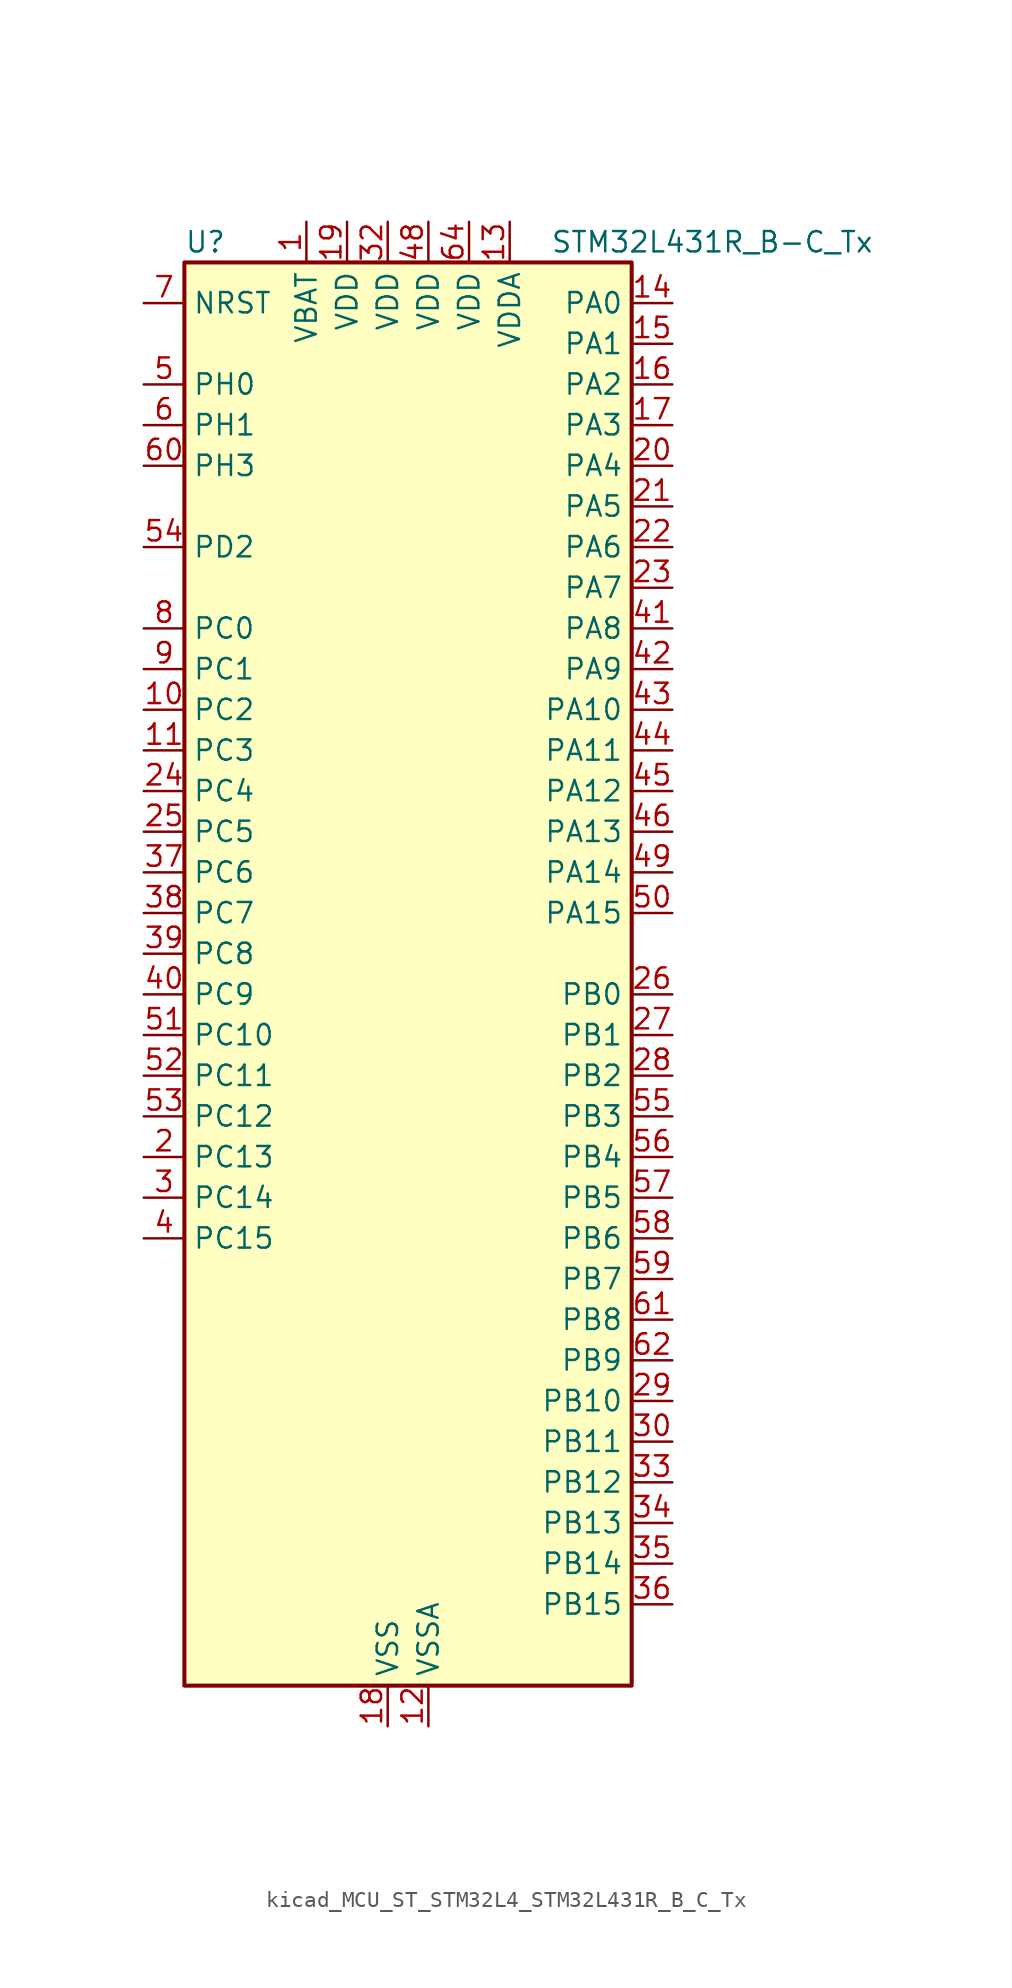
<source format=kicad_sym>
(kicad_symbol_lib
  (version 20220914)
  (generator kicad_symbol_editor)
  (symbol "kicad_MCU_ST_STM32L4_STM32L431R_B_C_Tx"
    (property "Reference" "U"
      (at -12.7 46.99 0)
      (effects (font (size 1.27 1.27)) (justify left)))
    (property "Value" "STM32L431R_B-C_Tx"
      (at 10.16 46.99 0)
      (effects (font (size 1.27 1.27)) (justify left)))
    (property "ki_locked" ""
      (at 0 0 0)
      (effects (font (size 1.27 1.27))))
    (symbol "kicad_MCU_ST_STM32L4_STM32L431R_B_C_Tx_0_1"
      (rectangle (start -12.7 -43.18) (end 15.24 45.72) (stroke (width 0.254) (type default)) (fill (type background))))
    (symbol "kicad_MCU_ST_STM32L4_STM32L431R_B_C_Tx_1_1"
      (pin power_in line (at -5.08 48.26 270) (length 2.54) (name "VBAT" (effects (font (size 1.27 1.27)))) (number "1" (effects (font (size 1.27 1.27)))))
      (pin bidirectional line (at -15.24 17.78 0) (length 2.54) (name "PC2" (effects (font (size 1.27 1.27)))) (number "10" (effects (font (size 1.27 1.27)))) (alternate "ADC1_IN3" bidirectional line) (alternate "LPTIM1_IN2" bidirectional line) (alternate "SPI2_MISO" bidirectional line))
      (pin bidirectional line (at -15.24 15.24 0) (length 2.54) (name "PC3" (effects (font (size 1.27 1.27)))) (number "11" (effects (font (size 1.27 1.27)))) (alternate "ADC1_IN4" bidirectional line) (alternate "LPTIM1_ETR" bidirectional line) (alternate "LPTIM2_ETR" bidirectional line) (alternate "SAI1_SD_A" bidirectional line) (alternate "SPI2_MOSI" bidirectional line))
      (pin power_in line (at 2.54 -45.72 90) (length 2.54) (name "VSSA" (effects (font (size 1.27 1.27)))) (number "12" (effects (font (size 1.27 1.27)))))
      (pin power_in line (at 7.62 48.26 270) (length 2.54) (name "VDDA" (effects (font (size 1.27 1.27)))) (number "13" (effects (font (size 1.27 1.27)))))
      (pin bidirectional line (at 17.78 43.18 180) (length 2.54) (name "PA0" (effects (font (size 1.27 1.27)))) (number "14" (effects (font (size 1.27 1.27)))) (alternate "ADC1_IN5" bidirectional line) (alternate "COMP1_INM" bidirectional line) (alternate "COMP1_OUT" bidirectional line) (alternate "OPAMP1_VINP" bidirectional line) (alternate "RTC_TAMP2" bidirectional line) (alternate "SAI1_EXTCLK" bidirectional line) (alternate "SYS_WKUP1" bidirectional line) (alternate "TIM2_CH1" bidirectional line) (alternate "TIM2_ETR" bidirectional line) (alternate "USART2_CTS" bidirectional line))
      (pin bidirectional line (at 17.78 40.64 180) (length 2.54) (name "PA1" (effects (font (size 1.27 1.27)))) (number "15" (effects (font (size 1.27 1.27)))) (alternate "ADC1_IN6" bidirectional line) (alternate "COMP1_INP" bidirectional line) (alternate "I2C1_SMBA" bidirectional line) (alternate "OPAMP1_VINM" bidirectional line) (alternate "SPI1_SCK" bidirectional line) (alternate "TIM15_CH1N" bidirectional line) (alternate "TIM2_CH2" bidirectional line) (alternate "USART2_DE" bidirectional line) (alternate "USART2_RTS" bidirectional line))
      (pin bidirectional line (at 17.78 38.1 180) (length 2.54) (name "PA2" (effects (font (size 1.27 1.27)))) (number "16" (effects (font (size 1.27 1.27)))) (alternate "ADC1_IN7" bidirectional line) (alternate "COMP2_INM" bidirectional line) (alternate "COMP2_OUT" bidirectional line) (alternate "LPUART1_TX" bidirectional line) (alternate "QUADSPI_BK1_NCS" bidirectional line) (alternate "RCC_LSCO" bidirectional line) (alternate "SYS_WKUP4" bidirectional line) (alternate "TIM15_CH1" bidirectional line) (alternate "TIM2_CH3" bidirectional line) (alternate "USART2_TX" bidirectional line))
      (pin bidirectional line (at 17.78 35.56 180) (length 2.54) (name "PA3" (effects (font (size 1.27 1.27)))) (number "17" (effects (font (size 1.27 1.27)))) (alternate "ADC1_IN8" bidirectional line) (alternate "COMP2_INP" bidirectional line) (alternate "LPUART1_RX" bidirectional line) (alternate "OPAMP1_VOUT" bidirectional line) (alternate "QUADSPI_CLK" bidirectional line) (alternate "SAI1_MCLK_A" bidirectional line) (alternate "TIM15_CH2" bidirectional line) (alternate "TIM2_CH4" bidirectional line) (alternate "USART2_RX" bidirectional line))
      (pin power_in line (at 0 -45.72 90) (length 2.54) (name "VSS" (effects (font (size 1.27 1.27)))) (number "18" (effects (font (size 1.27 1.27)))))
      (pin power_in line (at -2.54 48.26 270) (length 2.54) (name "VDD" (effects (font (size 1.27 1.27)))) (number "19" (effects (font (size 1.27 1.27)))))
      (pin bidirectional line (at -15.24 -10.16 0) (length 2.54) (name "PC13" (effects (font (size 1.27 1.27)))) (number "2" (effects (font (size 1.27 1.27)))) (alternate "RTC_OUT_ALARM" bidirectional line) (alternate "RTC_OUT_CALIB" bidirectional line) (alternate "RTC_TAMP1" bidirectional line) (alternate "RTC_TS" bidirectional line) (alternate "SYS_WKUP2" bidirectional line))
      (pin bidirectional line (at 17.78 33.02 180) (length 2.54) (name "PA4" (effects (font (size 1.27 1.27)))) (number "20" (effects (font (size 1.27 1.27)))) (alternate "ADC1_IN9" bidirectional line) (alternate "COMP1_INM" bidirectional line) (alternate "COMP2_INM" bidirectional line) (alternate "DAC1_OUT1" bidirectional line) (alternate "LPTIM2_OUT" bidirectional line) (alternate "SAI1_FS_B" bidirectional line) (alternate "SPI1_NSS" bidirectional line) (alternate "SPI3_NSS" bidirectional line) (alternate "USART2_CK" bidirectional line))
      (pin bidirectional line (at 17.78 30.48 180) (length 2.54) (name "PA5" (effects (font (size 1.27 1.27)))) (number "21" (effects (font (size 1.27 1.27)))) (alternate "ADC1_IN10" bidirectional line) (alternate "COMP1_INM" bidirectional line) (alternate "COMP2_INM" bidirectional line) (alternate "DAC1_OUT2" bidirectional line) (alternate "LPTIM2_ETR" bidirectional line) (alternate "SPI1_SCK" bidirectional line) (alternate "TIM2_CH1" bidirectional line) (alternate "TIM2_ETR" bidirectional line))
      (pin bidirectional line (at 17.78 27.94 180) (length 2.54) (name "PA6" (effects (font (size 1.27 1.27)))) (number "22" (effects (font (size 1.27 1.27)))) (alternate "ADC1_IN11" bidirectional line) (alternate "COMP1_OUT" bidirectional line) (alternate "LPUART1_CTS" bidirectional line) (alternate "QUADSPI_BK1_IO3" bidirectional line) (alternate "SPI1_MISO" bidirectional line) (alternate "TIM16_CH1" bidirectional line) (alternate "TIM1_BKIN" bidirectional line) (alternate "TIM1_BKIN_COMP2" bidirectional line) (alternate "USART3_CTS" bidirectional line))
      (pin bidirectional line (at 17.78 25.4 180) (length 2.54) (name "PA7" (effects (font (size 1.27 1.27)))) (number "23" (effects (font (size 1.27 1.27)))) (alternate "ADC1_IN12" bidirectional line) (alternate "COMP2_OUT" bidirectional line) (alternate "I2C3_SCL" bidirectional line) (alternate "QUADSPI_BK1_IO2" bidirectional line) (alternate "SPI1_MOSI" bidirectional line) (alternate "TIM1_CH1N" bidirectional line))
      (pin bidirectional line (at -15.24 12.7 0) (length 2.54) (name "PC4" (effects (font (size 1.27 1.27)))) (number "24" (effects (font (size 1.27 1.27)))) (alternate "ADC1_IN13" bidirectional line) (alternate "COMP1_INM" bidirectional line) (alternate "USART3_TX" bidirectional line))
      (pin bidirectional line (at -15.24 10.16 0) (length 2.54) (name "PC5" (effects (font (size 1.27 1.27)))) (number "25" (effects (font (size 1.27 1.27)))) (alternate "ADC1_IN14" bidirectional line) (alternate "COMP1_INP" bidirectional line) (alternate "SYS_WKUP5" bidirectional line) (alternate "USART3_RX" bidirectional line))
      (pin bidirectional line (at 17.78 0 180) (length 2.54) (name "PB0" (effects (font (size 1.27 1.27)))) (number "26" (effects (font (size 1.27 1.27)))) (alternate "ADC1_IN15" bidirectional line) (alternate "COMP1_OUT" bidirectional line) (alternate "QUADSPI_BK1_IO1" bidirectional line) (alternate "SAI1_EXTCLK" bidirectional line) (alternate "SPI1_NSS" bidirectional line) (alternate "TIM1_CH2N" bidirectional line) (alternate "USART3_CK" bidirectional line))
      (pin bidirectional line (at 17.78 -2.54 180) (length 2.54) (name "PB1" (effects (font (size 1.27 1.27)))) (number "27" (effects (font (size 1.27 1.27)))) (alternate "ADC1_IN16" bidirectional line) (alternate "COMP1_INM" bidirectional line) (alternate "LPTIM2_IN1" bidirectional line) (alternate "LPUART1_DE" bidirectional line) (alternate "LPUART1_RTS" bidirectional line) (alternate "QUADSPI_BK1_IO0" bidirectional line) (alternate "TIM1_CH3N" bidirectional line) (alternate "USART3_DE" bidirectional line) (alternate "USART3_RTS" bidirectional line))
      (pin bidirectional line (at 17.78 -5.08 180) (length 2.54) (name "PB2" (effects (font (size 1.27 1.27)))) (number "28" (effects (font (size 1.27 1.27)))) (alternate "COMP1_INP" bidirectional line) (alternate "I2C3_SMBA" bidirectional line) (alternate "LPTIM1_OUT" bidirectional line) (alternate "RTC_OUT_ALARM" bidirectional line) (alternate "RTC_OUT_CALIB" bidirectional line))
      (pin bidirectional line (at 17.78 -25.4 180) (length 2.54) (name "PB10" (effects (font (size 1.27 1.27)))) (number "29" (effects (font (size 1.27 1.27)))) (alternate "COMP1_OUT" bidirectional line) (alternate "I2C2_SCL" bidirectional line) (alternate "LPUART1_RX" bidirectional line) (alternate "QUADSPI_CLK" bidirectional line) (alternate "SAI1_SCK_A" bidirectional line) (alternate "SPI2_SCK" bidirectional line) (alternate "TIM2_CH3" bidirectional line) (alternate "TSC_SYNC" bidirectional line) (alternate "USART3_TX" bidirectional line))
      (pin bidirectional line (at -15.24 -12.7 0) (length 2.54) (name "PC14" (effects (font (size 1.27 1.27)))) (number "3" (effects (font (size 1.27 1.27)))) (alternate "RCC_OSC32_IN" bidirectional line))
      (pin bidirectional line (at 17.78 -27.94 180) (length 2.54) (name "PB11" (effects (font (size 1.27 1.27)))) (number "30" (effects (font (size 1.27 1.27)))) (alternate "ADC1_EXTI11" bidirectional line) (alternate "COMP2_OUT" bidirectional line) (alternate "I2C2_SDA" bidirectional line) (alternate "LPUART1_TX" bidirectional line) (alternate "QUADSPI_BK1_NCS" bidirectional line) (alternate "TIM2_CH4" bidirectional line) (alternate "USART3_RX" bidirectional line))
      (pin passive line (at 0 -45.72 90) (length 2.54) hide (name "VSS" (effects (font (size 1.27 1.27)))) (number "31" (effects (font (size 1.27 1.27)))))
      (pin power_in line (at 0 48.26 270) (length 2.54) (name "VDD" (effects (font (size 1.27 1.27)))) (number "32" (effects (font (size 1.27 1.27)))))
      (pin bidirectional line (at 17.78 -30.48 180) (length 2.54) (name "PB12" (effects (font (size 1.27 1.27)))) (number "33" (effects (font (size 1.27 1.27)))) (alternate "I2C2_SMBA" bidirectional line) (alternate "LPUART1_DE" bidirectional line) (alternate "LPUART1_RTS" bidirectional line) (alternate "SAI1_FS_A" bidirectional line) (alternate "SPI2_NSS" bidirectional line) (alternate "SWPMI1_IO" bidirectional line) (alternate "TIM15_BKIN" bidirectional line) (alternate "TIM1_BKIN" bidirectional line) (alternate "TIM1_BKIN_COMP2" bidirectional line) (alternate "TSC_G1_IO1" bidirectional line) (alternate "USART3_CK" bidirectional line))
      (pin bidirectional line (at 17.78 -33.02 180) (length 2.54) (name "PB13" (effects (font (size 1.27 1.27)))) (number "34" (effects (font (size 1.27 1.27)))) (alternate "I2C2_SCL" bidirectional line) (alternate "LPUART1_CTS" bidirectional line) (alternate "SAI1_SCK_A" bidirectional line) (alternate "SPI2_SCK" bidirectional line) (alternate "SWPMI1_TX" bidirectional line) (alternate "TIM15_CH1N" bidirectional line) (alternate "TIM1_CH1N" bidirectional line) (alternate "TSC_G1_IO2" bidirectional line) (alternate "USART3_CTS" bidirectional line))
      (pin bidirectional line (at 17.78 -35.56 180) (length 2.54) (name "PB14" (effects (font (size 1.27 1.27)))) (number "35" (effects (font (size 1.27 1.27)))) (alternate "I2C2_SDA" bidirectional line) (alternate "SAI1_MCLK_A" bidirectional line) (alternate "SPI2_MISO" bidirectional line) (alternate "SWPMI1_RX" bidirectional line) (alternate "TIM15_CH1" bidirectional line) (alternate "TIM1_CH2N" bidirectional line) (alternate "TSC_G1_IO3" bidirectional line) (alternate "USART3_DE" bidirectional line) (alternate "USART3_RTS" bidirectional line))
      (pin bidirectional line (at 17.78 -38.1 180) (length 2.54) (name "PB15" (effects (font (size 1.27 1.27)))) (number "36" (effects (font (size 1.27 1.27)))) (alternate "ADC1_EXTI15" bidirectional line) (alternate "RTC_REFIN" bidirectional line) (alternate "SAI1_SD_A" bidirectional line) (alternate "SPI2_MOSI" bidirectional line) (alternate "SWPMI1_SUSPEND" bidirectional line) (alternate "TIM15_CH2" bidirectional line) (alternate "TIM1_CH3N" bidirectional line) (alternate "TSC_G1_IO4" bidirectional line))
      (pin bidirectional line (at -15.24 7.62 0) (length 2.54) (name "PC6" (effects (font (size 1.27 1.27)))) (number "37" (effects (font (size 1.27 1.27)))) (alternate "SDMMC1_D6" bidirectional line) (alternate "TSC_G4_IO1" bidirectional line))
      (pin bidirectional line (at -15.24 5.08 0) (length 2.54) (name "PC7" (effects (font (size 1.27 1.27)))) (number "38" (effects (font (size 1.27 1.27)))) (alternate "SDMMC1_D7" bidirectional line) (alternate "TSC_G4_IO2" bidirectional line))
      (pin bidirectional line (at -15.24 2.54 0) (length 2.54) (name "PC8" (effects (font (size 1.27 1.27)))) (number "39" (effects (font (size 1.27 1.27)))) (alternate "SDMMC1_D0" bidirectional line) (alternate "TSC_G4_IO3" bidirectional line))
      (pin bidirectional line (at -15.24 -15.24 0) (length 2.54) (name "PC15" (effects (font (size 1.27 1.27)))) (number "4" (effects (font (size 1.27 1.27)))) (alternate "ADC1_EXTI15" bidirectional line) (alternate "RCC_OSC32_OUT" bidirectional line))
      (pin bidirectional line (at -15.24 0 0) (length 2.54) (name "PC9" (effects (font (size 1.27 1.27)))) (number "40" (effects (font (size 1.27 1.27)))) (alternate "DAC1_EXTI9" bidirectional line) (alternate "SDMMC1_D1" bidirectional line) (alternate "TSC_G4_IO4" bidirectional line))
      (pin bidirectional line (at 17.78 22.86 180) (length 2.54) (name "PA8" (effects (font (size 1.27 1.27)))) (number "41" (effects (font (size 1.27 1.27)))) (alternate "LPTIM2_OUT" bidirectional line) (alternate "RCC_MCO" bidirectional line) (alternate "SAI1_SCK_A" bidirectional line) (alternate "SWPMI1_IO" bidirectional line) (alternate "TIM1_CH1" bidirectional line) (alternate "USART1_CK" bidirectional line))
      (pin bidirectional line (at 17.78 20.32 180) (length 2.54) (name "PA9" (effects (font (size 1.27 1.27)))) (number "42" (effects (font (size 1.27 1.27)))) (alternate "DAC1_EXTI9" bidirectional line) (alternate "I2C1_SCL" bidirectional line) (alternate "SAI1_FS_A" bidirectional line) (alternate "TIM15_BKIN" bidirectional line) (alternate "TIM1_CH2" bidirectional line) (alternate "USART1_TX" bidirectional line))
      (pin bidirectional line (at 17.78 17.78 180) (length 2.54) (name "PA10" (effects (font (size 1.27 1.27)))) (number "43" (effects (font (size 1.27 1.27)))) (alternate "I2C1_SDA" bidirectional line) (alternate "SAI1_SD_A" bidirectional line) (alternate "TIM1_CH3" bidirectional line) (alternate "USART1_RX" bidirectional line))
      (pin bidirectional line (at 17.78 15.24 180) (length 2.54) (name "PA11" (effects (font (size 1.27 1.27)))) (number "44" (effects (font (size 1.27 1.27)))) (alternate "ADC1_EXTI11" bidirectional line) (alternate "CAN1_RX" bidirectional line) (alternate "COMP1_OUT" bidirectional line) (alternate "SPI1_MISO" bidirectional line) (alternate "TIM1_BKIN2" bidirectional line) (alternate "TIM1_BKIN2_COMP1" bidirectional line) (alternate "TIM1_CH4" bidirectional line) (alternate "USART1_CTS" bidirectional line))
      (pin bidirectional line (at 17.78 12.7 180) (length 2.54) (name "PA12" (effects (font (size 1.27 1.27)))) (number "45" (effects (font (size 1.27 1.27)))) (alternate "CAN1_TX" bidirectional line) (alternate "SPI1_MOSI" bidirectional line) (alternate "TIM1_ETR" bidirectional line) (alternate "USART1_DE" bidirectional line) (alternate "USART1_RTS" bidirectional line))
      (pin bidirectional line (at 17.78 10.16 180) (length 2.54) (name "PA13" (effects (font (size 1.27 1.27)))) (number "46" (effects (font (size 1.27 1.27)))) (alternate "IR_OUT" bidirectional line) (alternate "SAI1_SD_B" bidirectional line) (alternate "SWPMI1_TX" bidirectional line) (alternate "SYS_JTMS-SWDIO" bidirectional line))
      (pin passive line (at 0 -45.72 90) (length 2.54) hide (name "VSS" (effects (font (size 1.27 1.27)))) (number "47" (effects (font (size 1.27 1.27)))))
      (pin power_in line (at 2.54 48.26 270) (length 2.54) (name "VDD" (effects (font (size 1.27 1.27)))) (number "48" (effects (font (size 1.27 1.27)))))
      (pin bidirectional line (at 17.78 7.62 180) (length 2.54) (name "PA14" (effects (font (size 1.27 1.27)))) (number "49" (effects (font (size 1.27 1.27)))) (alternate "I2C1_SMBA" bidirectional line) (alternate "LPTIM1_OUT" bidirectional line) (alternate "SAI1_FS_B" bidirectional line) (alternate "SWPMI1_RX" bidirectional line) (alternate "SYS_JTCK-SWCLK" bidirectional line))
      (pin bidirectional line (at -15.24 38.1 0) (length 2.54) (name "PH0" (effects (font (size 1.27 1.27)))) (number "5" (effects (font (size 1.27 1.27)))) (alternate "RCC_OSC_IN" bidirectional line))
      (pin bidirectional line (at 17.78 5.08 180) (length 2.54) (name "PA15" (effects (font (size 1.27 1.27)))) (number "50" (effects (font (size 1.27 1.27)))) (alternate "ADC1_EXTI15" bidirectional line) (alternate "SPI1_NSS" bidirectional line) (alternate "SPI3_NSS" bidirectional line) (alternate "SWPMI1_SUSPEND" bidirectional line) (alternate "SYS_JTDI" bidirectional line) (alternate "TIM2_CH1" bidirectional line) (alternate "TIM2_ETR" bidirectional line) (alternate "TSC_G3_IO1" bidirectional line) (alternate "USART2_RX" bidirectional line) (alternate "USART3_DE" bidirectional line) (alternate "USART3_RTS" bidirectional line))
      (pin bidirectional line (at -15.24 -2.54 0) (length 2.54) (name "PC10" (effects (font (size 1.27 1.27)))) (number "51" (effects (font (size 1.27 1.27)))) (alternate "SDMMC1_D2" bidirectional line) (alternate "SPI3_SCK" bidirectional line) (alternate "TSC_G3_IO2" bidirectional line) (alternate "USART3_TX" bidirectional line))
      (pin bidirectional line (at -15.24 -5.08 0) (length 2.54) (name "PC11" (effects (font (size 1.27 1.27)))) (number "52" (effects (font (size 1.27 1.27)))) (alternate "ADC1_EXTI11" bidirectional line) (alternate "SDMMC1_D3" bidirectional line) (alternate "SPI3_MISO" bidirectional line) (alternate "TSC_G3_IO3" bidirectional line) (alternate "USART3_RX" bidirectional line))
      (pin bidirectional line (at -15.24 -7.62 0) (length 2.54) (name "PC12" (effects (font (size 1.27 1.27)))) (number "53" (effects (font (size 1.27 1.27)))) (alternate "SDMMC1_CK" bidirectional line) (alternate "SPI3_MOSI" bidirectional line) (alternate "TSC_G3_IO4" bidirectional line) (alternate "USART3_CK" bidirectional line))
      (pin bidirectional line (at -15.24 27.94 0) (length 2.54) (name "PD2" (effects (font (size 1.27 1.27)))) (number "54" (effects (font (size 1.27 1.27)))) (alternate "SDMMC1_CMD" bidirectional line) (alternate "TSC_SYNC" bidirectional line) (alternate "USART3_DE" bidirectional line) (alternate "USART3_RTS" bidirectional line))
      (pin bidirectional line (at 17.78 -7.62 180) (length 2.54) (name "PB3" (effects (font (size 1.27 1.27)))) (number "55" (effects (font (size 1.27 1.27)))) (alternate "COMP2_INM" bidirectional line) (alternate "SAI1_SCK_B" bidirectional line) (alternate "SPI1_SCK" bidirectional line) (alternate "SPI3_SCK" bidirectional line) (alternate "SYS_JTDO-SWO" bidirectional line) (alternate "TIM2_CH2" bidirectional line) (alternate "USART1_DE" bidirectional line) (alternate "USART1_RTS" bidirectional line))
      (pin bidirectional line (at 17.78 -10.16 180) (length 2.54) (name "PB4" (effects (font (size 1.27 1.27)))) (number "56" (effects (font (size 1.27 1.27)))) (alternate "COMP2_INP" bidirectional line) (alternate "I2C3_SDA" bidirectional line) (alternate "SAI1_MCLK_B" bidirectional line) (alternate "SPI1_MISO" bidirectional line) (alternate "SPI3_MISO" bidirectional line) (alternate "SYS_JTRST" bidirectional line) (alternate "TSC_G2_IO1" bidirectional line) (alternate "USART1_CTS" bidirectional line))
      (pin bidirectional line (at 17.78 -12.7 180) (length 2.54) (name "PB5" (effects (font (size 1.27 1.27)))) (number "57" (effects (font (size 1.27 1.27)))) (alternate "COMP2_OUT" bidirectional line) (alternate "I2C1_SMBA" bidirectional line) (alternate "LPTIM1_IN1" bidirectional line) (alternate "SAI1_SD_B" bidirectional line) (alternate "SPI1_MOSI" bidirectional line) (alternate "SPI3_MOSI" bidirectional line) (alternate "TIM16_BKIN" bidirectional line) (alternate "TSC_G2_IO2" bidirectional line) (alternate "USART1_CK" bidirectional line))
      (pin bidirectional line (at 17.78 -15.24 180) (length 2.54) (name "PB6" (effects (font (size 1.27 1.27)))) (number "58" (effects (font (size 1.27 1.27)))) (alternate "COMP2_INP" bidirectional line) (alternate "I2C1_SCL" bidirectional line) (alternate "LPTIM1_ETR" bidirectional line) (alternate "SAI1_FS_B" bidirectional line) (alternate "TIM16_CH1N" bidirectional line) (alternate "TSC_G2_IO3" bidirectional line) (alternate "USART1_TX" bidirectional line))
      (pin bidirectional line (at 17.78 -17.78 180) (length 2.54) (name "PB7" (effects (font (size 1.27 1.27)))) (number "59" (effects (font (size 1.27 1.27)))) (alternate "COMP2_INM" bidirectional line) (alternate "I2C1_SDA" bidirectional line) (alternate "LPTIM1_IN2" bidirectional line) (alternate "SYS_PVD_IN" bidirectional line) (alternate "TSC_G2_IO4" bidirectional line) (alternate "USART1_RX" bidirectional line))
      (pin bidirectional line (at -15.24 35.56 0) (length 2.54) (name "PH1" (effects (font (size 1.27 1.27)))) (number "6" (effects (font (size 1.27 1.27)))) (alternate "RCC_OSC_OUT" bidirectional line))
      (pin bidirectional line (at -15.24 33.02 0) (length 2.54) (name "PH3" (effects (font (size 1.27 1.27)))) (number "60" (effects (font (size 1.27 1.27)))))
      (pin bidirectional line (at 17.78 -20.32 180) (length 2.54) (name "PB8" (effects (font (size 1.27 1.27)))) (number "61" (effects (font (size 1.27 1.27)))) (alternate "CAN1_RX" bidirectional line) (alternate "I2C1_SCL" bidirectional line) (alternate "SAI1_MCLK_A" bidirectional line) (alternate "SDMMC1_D4" bidirectional line) (alternate "TIM16_CH1" bidirectional line))
      (pin bidirectional line (at 17.78 -22.86 180) (length 2.54) (name "PB9" (effects (font (size 1.27 1.27)))) (number "62" (effects (font (size 1.27 1.27)))) (alternate "CAN1_TX" bidirectional line) (alternate "DAC1_EXTI9" bidirectional line) (alternate "I2C1_SDA" bidirectional line) (alternate "IR_OUT" bidirectional line) (alternate "SAI1_FS_A" bidirectional line) (alternate "SDMMC1_D5" bidirectional line) (alternate "SPI2_NSS" bidirectional line))
      (pin passive line (at 0 -45.72 90) (length 2.54) hide (name "VSS" (effects (font (size 1.27 1.27)))) (number "63" (effects (font (size 1.27 1.27)))))
      (pin power_in line (at 5.08 48.26 270) (length 2.54) (name "VDD" (effects (font (size 1.27 1.27)))) (number "64" (effects (font (size 1.27 1.27)))))
      (pin input line (at -15.24 43.18 0) (length 2.54) (name "NRST" (effects (font (size 1.27 1.27)))) (number "7" (effects (font (size 1.27 1.27)))))
      (pin bidirectional line (at -15.24 22.86 0) (length 2.54) (name "PC0" (effects (font (size 1.27 1.27)))) (number "8" (effects (font (size 1.27 1.27)))) (alternate "ADC1_IN1" bidirectional line) (alternate "I2C3_SCL" bidirectional line) (alternate "LPTIM1_IN1" bidirectional line) (alternate "LPTIM2_IN1" bidirectional line) (alternate "LPUART1_RX" bidirectional line))
      (pin bidirectional line (at -15.24 20.32 0) (length 2.54) (name "PC1" (effects (font (size 1.27 1.27)))) (number "9" (effects (font (size 1.27 1.27)))) (alternate "ADC1_IN2" bidirectional line) (alternate "I2C3_SDA" bidirectional line) (alternate "LPTIM1_OUT" bidirectional line) (alternate "LPUART1_TX" bidirectional line)))))
</source>
